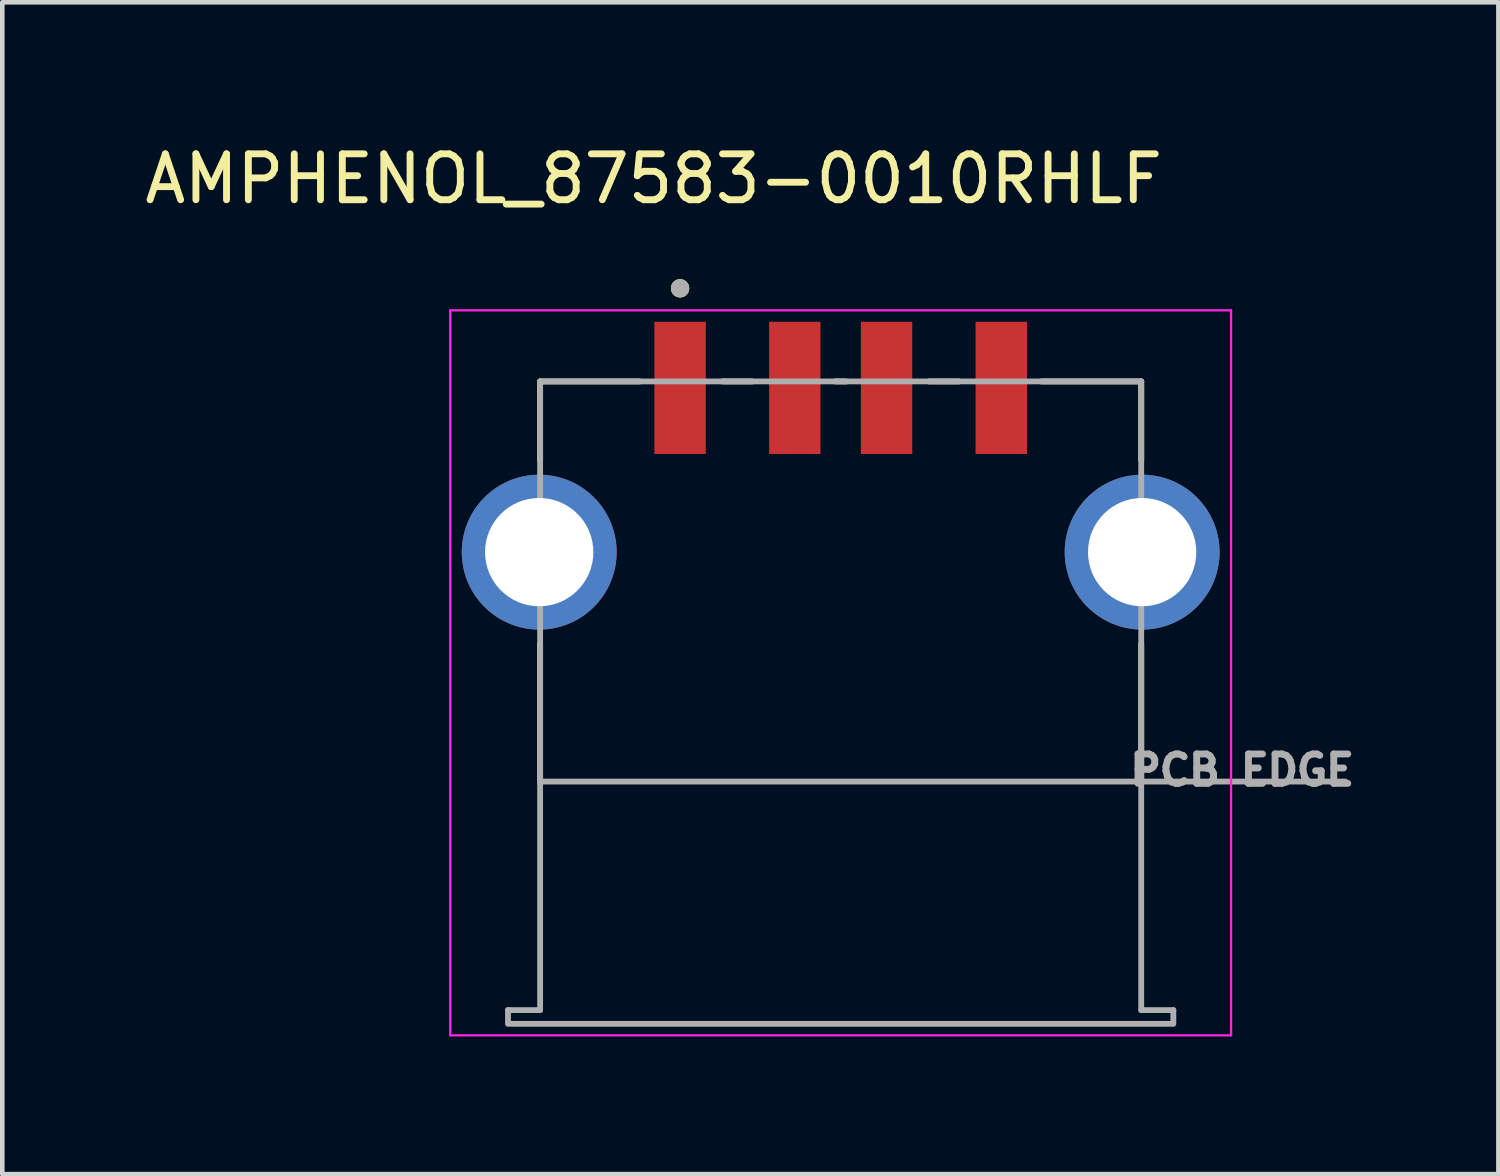
<source format=kicad_pcb>
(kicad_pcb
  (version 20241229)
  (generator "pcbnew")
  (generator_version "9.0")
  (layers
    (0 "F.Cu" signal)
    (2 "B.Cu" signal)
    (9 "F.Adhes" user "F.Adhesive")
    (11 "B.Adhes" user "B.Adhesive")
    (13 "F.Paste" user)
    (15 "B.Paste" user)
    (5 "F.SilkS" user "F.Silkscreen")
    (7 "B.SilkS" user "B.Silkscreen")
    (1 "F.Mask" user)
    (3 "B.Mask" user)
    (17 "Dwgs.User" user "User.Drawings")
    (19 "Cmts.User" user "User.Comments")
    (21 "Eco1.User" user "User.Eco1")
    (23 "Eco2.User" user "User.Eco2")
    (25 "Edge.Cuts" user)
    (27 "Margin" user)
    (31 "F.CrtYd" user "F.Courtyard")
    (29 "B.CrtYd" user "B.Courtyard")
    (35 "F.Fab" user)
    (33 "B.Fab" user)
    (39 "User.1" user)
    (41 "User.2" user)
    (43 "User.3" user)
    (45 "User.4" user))
  (footprint "AMPHENOL_87583-0010RHLF"
    (layer "F.Cu")
    (at 15.271 8.983)
    (property "Reference" "AMPHENOL_87583-0010RHLF" (at -4.075 -8.135 0) (layer "F.SilkS") (effects (font (size 1 1) (thickness 0.15))))
    (attr smd)
    (fp_line (start -6.55 -3.72) (end -6.55 -2.008) (stroke (width 0.127) (type solid)) (layer "F.SilkS"))
    (fp_line (start -6.55 -3.72) (end -4.38 -3.72) (stroke (width 0.127) (type solid)) (layer "F.SilkS"))
    (fp_line (start -6.55 5) (end -6.55 2.008) (stroke (width 0.127) (type solid)) (layer "F.SilkS"))
    (fp_line (start -2.57 -3.72) (end -1.93 -3.72) (stroke (width 0.127) (type solid)) (layer "F.SilkS"))
    (fp_line (start -0.12 -3.72) (end 0.12 -3.72) (stroke (width 0.127) (type solid)) (layer "F.SilkS"))
    (fp_line (start 1.93 -3.72) (end 2.57 -3.72) (stroke (width 0.127) (type solid)) (layer "F.SilkS"))
    (fp_line (start 4.38 -3.72) (end 6.55 -3.72) (stroke (width 0.127) (type solid)) (layer "F.SilkS"))
    (fp_line (start 6.55 -3.72) (end 6.55 -2.008) (stroke (width 0.127) (type solid)) (layer "F.SilkS"))
    (fp_line (start 6.55 5) (end 6.55 2.008) (stroke (width 0.127) (type solid)) (layer "F.SilkS"))
    (fp_circle (center -3.5 -5.75) (end -3.4 -5.75) (stroke (width 0.2) (type solid)) (fill no) (layer "F.SilkS"))
    (fp_line (start -8.508 -5.27) (end -8.508 10.53) (stroke (width 0.05) (type solid)) (layer "F.CrtYd"))
    (fp_line (start -8.508 10.53) (end 8.508 10.53) (stroke (width 0.05) (type solid)) (layer "F.CrtYd"))
    (fp_line (start 8.508 -5.27) (end -8.508 -5.27) (stroke (width 0.05) (type solid)) (layer "F.CrtYd"))
    (fp_line (start 8.508 10.53) (end 8.508 -5.27) (stroke (width 0.05) (type solid)) (layer "F.CrtYd"))
    (fp_line (start -7.25 9.98) (end -7.25 10.25) (stroke (width 0.127) (type solid)) (layer "F.Fab"))
    (fp_line (start -7.25 10.28) (end 7.25 10.28) (stroke (width 0.127) (type solid)) (layer "F.Fab"))
    (fp_line (start -6.55 -3.72) (end -6.55 5) (stroke (width 0.127) (type solid)) (layer "F.Fab"))
    (fp_line (start -6.55 -3.72) (end 6.55 -3.72) (stroke (width 0.127) (type solid)) (layer "F.Fab"))
    (fp_line (start -6.55 5) (end -6.55 9.98) (stroke (width 0.127) (type solid)) (layer "F.Fab"))
    (fp_line (start -6.55 5) (end 11 5) (stroke (width 0.127) (type solid)) (layer "F.Fab"))
    (fp_line (start -6.55 9.98) (end -7.25 9.98) (stroke (width 0.127) (type solid)) (layer "F.Fab"))
    (fp_line (start 6.55 -3.72) (end 6.55 9.98) (stroke (width 0.127) (type solid)) (layer "F.Fab"))
    (fp_line (start 6.55 9.98) (end 7.25 9.98) (stroke (width 0.127) (type solid)) (layer "F.Fab"))
    (fp_line (start 7.25 9.98) (end 7.25 10.25) (stroke (width 0.127) (type solid)) (layer "F.Fab"))
    (fp_circle (center -3.5 -5.75) (end -3.4 -5.75) (stroke (width 0.2) (type solid)) (fill no) (layer "F.Fab"))
    (fp_text user "PCB EDGE" (at 8.75 4.75 0) (layer "F.Fab") (effects (font (size 0.64 0.64) (thickness 0.15))))
    (pad "01" smd rect (at -3.5 -3.58) (size 1.12 2.88) (layers "F.Cu" "F.Mask" "F.Paste"))
    (pad "02" smd rect (at -1 -3.58) (size 1.12 2.88) (layers "F.Cu" "F.Mask" "F.Paste"))
    (pad "03" smd rect (at 1 -3.58) (size 1.12 2.88) (layers "F.Cu" "F.Mask" "F.Paste"))
    (pad "04" smd rect (at 3.5 -3.58) (size 1.12 2.88) (layers "F.Cu" "F.Mask" "F.Paste"))
    (pad "SH1" thru_hole circle (at -6.57 0) (size 3.376 3.376) (drill 2.36) (layers "*.Cu" "*.Mask"))
    (pad "SH2" thru_hole circle (at 6.57 0) (size 3.376 3.376) (drill 2.36) (layers "*.Cu" "*.Mask")))
  (gr_rect
    (start -3 -3)
    (end 29.605 22.538)
    (stroke (width 0.1) (type default))
    (fill no)
    (layer "Edge.Cuts")))
</source>
